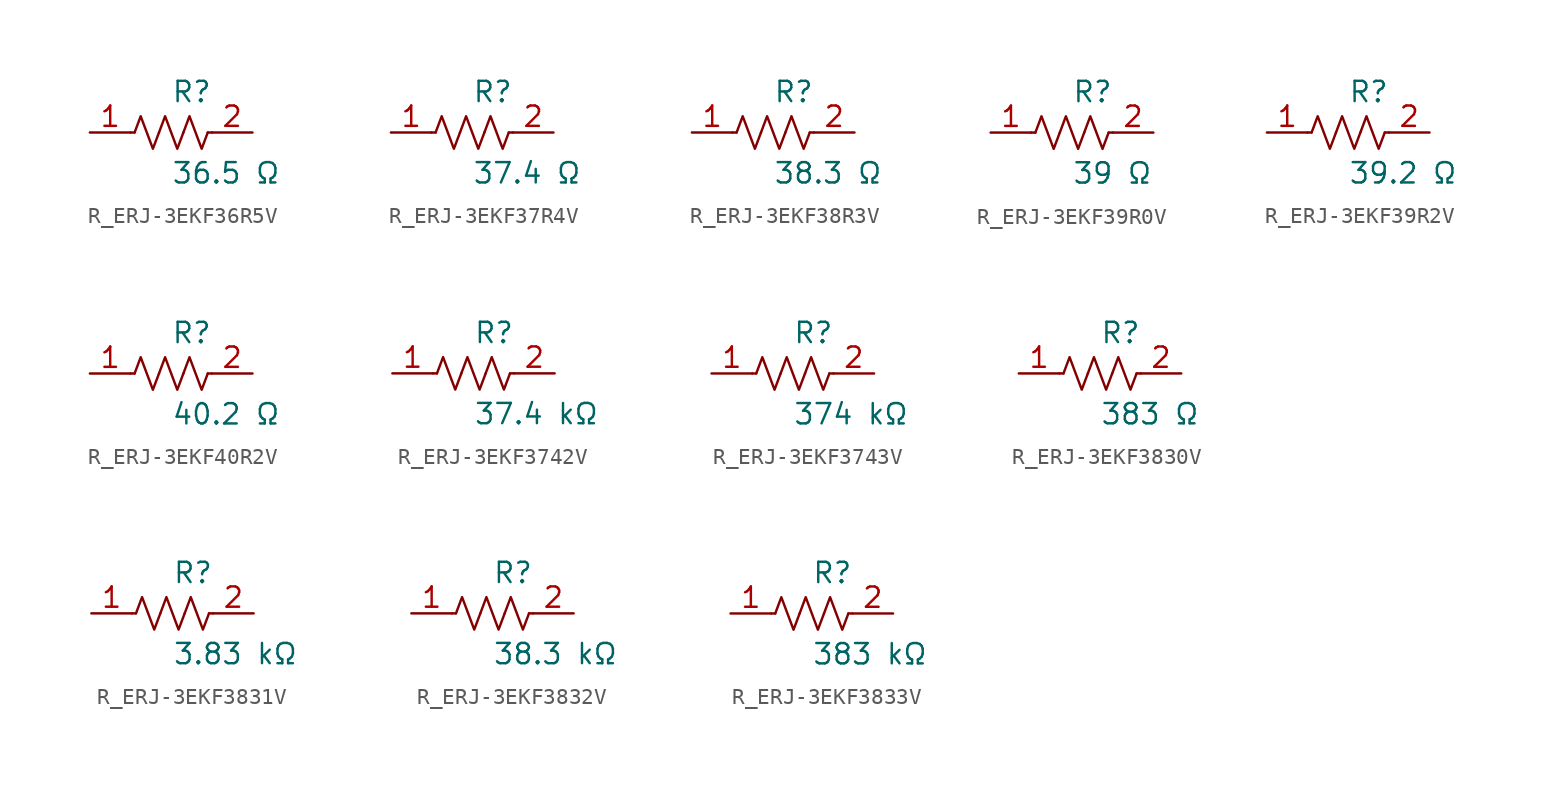
<source format=kicad_sym>
(kicad_symbol_lib
  (version 20231120)
  (generator kicad_symbol_editor)
  (generator_version 8.0)
  (symbol "R_ERJ-3EKF36R5V"
    (pin_names
      (offset 0.254))
    (property "Reference" "R"
      (at 0.0 2.54 0)
      (effects (font (size 1.27 1.27)) (justify left)))
    (property "Value" "36.5 Ω"
      (at 0.0 -2.54 0)
      (effects (font (size 1.27 1.27)) (justify left)))
    (symbol "R_ERJ-3EKF36R5V_0_1"
      (polyline (pts (xy 2.286 0) (xy 2.54 0)) (stroke (width 0) (type default)) (fill (type none)))
      (polyline (pts (xy -2.286 0) (xy -2.54 0)) (stroke (width 0) (type default)) (fill (type none)))
      (polyline (pts (xy 0.762 0) (xy 1.143 1.016) (xy 1.524 0) (xy 1.905 -1.016) (xy 2.286 0)) (stroke (width 0) (type default)) (fill (type none)))
      (polyline (pts (xy -0.762 0) (xy -0.381 1.016) (xy 0 0) (xy 0.381 -1.016) (xy 0.762 0)) (stroke (width 0) (type default)) (fill (type none)))
      (polyline (pts (xy -2.286 0) (xy -1.905 1.016) (xy -1.524 0) (xy -1.143 -1.016) (xy -0.762 0)) (stroke (width 0) (type default)) (fill (type none))))
    (pin unspecified line
      (at -5.08 0 0)
      (length 2.54)
      (name "" (effects (font (size 1.27 1.27))))
      (number "1" (effects (font (size 1.27 1.27)))))
    (pin unspecified line
      (at 5.08 0 180)
      (length 2.54)
      (name "" (effects (font (size 1.27 1.27))))
      (number "2" (effects (font (size 1.27 1.27))))))
  (symbol "R_ERJ-3EKF37R4V"
    (pin_names
      (offset 0.254))
    (property "Reference" "R"
      (at 0.0 2.54 0)
      (effects (font (size 1.27 1.27)) (justify left)))
    (property "Value" "37.4 Ω"
      (at 0.0 -2.54 0)
      (effects (font (size 1.27 1.27)) (justify left)))
    (symbol "R_ERJ-3EKF37R4V_0_1"
      (polyline (pts (xy 2.286 0) (xy 2.54 0)) (stroke (width 0) (type default)) (fill (type none)))
      (polyline (pts (xy -2.286 0) (xy -2.54 0)) (stroke (width 0) (type default)) (fill (type none)))
      (polyline (pts (xy 0.762 0) (xy 1.143 1.016) (xy 1.524 0) (xy 1.905 -1.016) (xy 2.286 0)) (stroke (width 0) (type default)) (fill (type none)))
      (polyline (pts (xy -0.762 0) (xy -0.381 1.016) (xy 0 0) (xy 0.381 -1.016) (xy 0.762 0)) (stroke (width 0) (type default)) (fill (type none)))
      (polyline (pts (xy -2.286 0) (xy -1.905 1.016) (xy -1.524 0) (xy -1.143 -1.016) (xy -0.762 0)) (stroke (width 0) (type default)) (fill (type none))))
    (pin unspecified line
      (at -5.08 0 0)
      (length 2.54)
      (name "" (effects (font (size 1.27 1.27))))
      (number "1" (effects (font (size 1.27 1.27)))))
    (pin unspecified line
      (at 5.08 0 180)
      (length 2.54)
      (name "" (effects (font (size 1.27 1.27))))
      (number "2" (effects (font (size 1.27 1.27))))))
  (symbol "R_ERJ-3EKF38R3V"
    (pin_names
      (offset 0.254))
    (property "Reference" "R"
      (at 0.0 2.54 0)
      (effects (font (size 1.27 1.27)) (justify left)))
    (property "Value" "38.3 Ω"
      (at 0.0 -2.54 0)
      (effects (font (size 1.27 1.27)) (justify left)))
    (symbol "R_ERJ-3EKF38R3V_0_1"
      (polyline (pts (xy 2.286 0) (xy 2.54 0)) (stroke (width 0) (type default)) (fill (type none)))
      (polyline (pts (xy -2.286 0) (xy -2.54 0)) (stroke (width 0) (type default)) (fill (type none)))
      (polyline (pts (xy 0.762 0) (xy 1.143 1.016) (xy 1.524 0) (xy 1.905 -1.016) (xy 2.286 0)) (stroke (width 0) (type default)) (fill (type none)))
      (polyline (pts (xy -0.762 0) (xy -0.381 1.016) (xy 0 0) (xy 0.381 -1.016) (xy 0.762 0)) (stroke (width 0) (type default)) (fill (type none)))
      (polyline (pts (xy -2.286 0) (xy -1.905 1.016) (xy -1.524 0) (xy -1.143 -1.016) (xy -0.762 0)) (stroke (width 0) (type default)) (fill (type none))))
    (pin unspecified line
      (at -5.08 0 0)
      (length 2.54)
      (name "" (effects (font (size 1.27 1.27))))
      (number "1" (effects (font (size 1.27 1.27)))))
    (pin unspecified line
      (at 5.08 0 180)
      (length 2.54)
      (name "" (effects (font (size 1.27 1.27))))
      (number "2" (effects (font (size 1.27 1.27))))))
  (symbol "R_ERJ-3EKF39R0V"
    (pin_names
      (offset 0.254))
    (property "Reference" "R"
      (at 0.0 2.54 0)
      (effects (font (size 1.27 1.27)) (justify left)))
    (property "Value" "39 Ω"
      (at 0.0 -2.54 0)
      (effects (font (size 1.27 1.27)) (justify left)))
    (symbol "R_ERJ-3EKF39R0V_0_1"
      (polyline (pts (xy 2.286 0) (xy 2.54 0)) (stroke (width 0) (type default)) (fill (type none)))
      (polyline (pts (xy -2.286 0) (xy -2.54 0)) (stroke (width 0) (type default)) (fill (type none)))
      (polyline (pts (xy 0.762 0) (xy 1.143 1.016) (xy 1.524 0) (xy 1.905 -1.016) (xy 2.286 0)) (stroke (width 0) (type default)) (fill (type none)))
      (polyline (pts (xy -0.762 0) (xy -0.381 1.016) (xy 0 0) (xy 0.381 -1.016) (xy 0.762 0)) (stroke (width 0) (type default)) (fill (type none)))
      (polyline (pts (xy -2.286 0) (xy -1.905 1.016) (xy -1.524 0) (xy -1.143 -1.016) (xy -0.762 0)) (stroke (width 0) (type default)) (fill (type none))))
    (pin unspecified line
      (at -5.08 0 0)
      (length 2.54)
      (name "" (effects (font (size 1.27 1.27))))
      (number "1" (effects (font (size 1.27 1.27)))))
    (pin unspecified line
      (at 5.08 0 180)
      (length 2.54)
      (name "" (effects (font (size 1.27 1.27))))
      (number "2" (effects (font (size 1.27 1.27))))))
  (symbol "R_ERJ-3EKF39R2V"
    (pin_names
      (offset 0.254))
    (property "Reference" "R"
      (at 0.0 2.54 0)
      (effects (font (size 1.27 1.27)) (justify left)))
    (property "Value" "39.2 Ω"
      (at 0.0 -2.54 0)
      (effects (font (size 1.27 1.27)) (justify left)))
    (symbol "R_ERJ-3EKF39R2V_0_1"
      (polyline (pts (xy 2.286 0) (xy 2.54 0)) (stroke (width 0) (type default)) (fill (type none)))
      (polyline (pts (xy -2.286 0) (xy -2.54 0)) (stroke (width 0) (type default)) (fill (type none)))
      (polyline (pts (xy 0.762 0) (xy 1.143 1.016) (xy 1.524 0) (xy 1.905 -1.016) (xy 2.286 0)) (stroke (width 0) (type default)) (fill (type none)))
      (polyline (pts (xy -0.762 0) (xy -0.381 1.016) (xy 0 0) (xy 0.381 -1.016) (xy 0.762 0)) (stroke (width 0) (type default)) (fill (type none)))
      (polyline (pts (xy -2.286 0) (xy -1.905 1.016) (xy -1.524 0) (xy -1.143 -1.016) (xy -0.762 0)) (stroke (width 0) (type default)) (fill (type none))))
    (pin unspecified line
      (at -5.08 0 0)
      (length 2.54)
      (name "" (effects (font (size 1.27 1.27))))
      (number "1" (effects (font (size 1.27 1.27)))))
    (pin unspecified line
      (at 5.08 0 180)
      (length 2.54)
      (name "" (effects (font (size 1.27 1.27))))
      (number "2" (effects (font (size 1.27 1.27))))))
  (symbol "R_ERJ-3EKF40R2V"
    (pin_names
      (offset 0.254))
    (property "Reference" "R"
      (at 0.0 2.54 0)
      (effects (font (size 1.27 1.27)) (justify left)))
    (property "Value" "40.2 Ω"
      (at 0.0 -2.54 0)
      (effects (font (size 1.27 1.27)) (justify left)))
    (symbol "R_ERJ-3EKF40R2V_0_1"
      (polyline (pts (xy 2.286 0) (xy 2.54 0)) (stroke (width 0) (type default)) (fill (type none)))
      (polyline (pts (xy -2.286 0) (xy -2.54 0)) (stroke (width 0) (type default)) (fill (type none)))
      (polyline (pts (xy 0.762 0) (xy 1.143 1.016) (xy 1.524 0) (xy 1.905 -1.016) (xy 2.286 0)) (stroke (width 0) (type default)) (fill (type none)))
      (polyline (pts (xy -0.762 0) (xy -0.381 1.016) (xy 0 0) (xy 0.381 -1.016) (xy 0.762 0)) (stroke (width 0) (type default)) (fill (type none)))
      (polyline (pts (xy -2.286 0) (xy -1.905 1.016) (xy -1.524 0) (xy -1.143 -1.016) (xy -0.762 0)) (stroke (width 0) (type default)) (fill (type none))))
    (pin unspecified line
      (at -5.08 0 0)
      (length 2.54)
      (name "" (effects (font (size 1.27 1.27))))
      (number "1" (effects (font (size 1.27 1.27)))))
    (pin unspecified line
      (at 5.08 0 180)
      (length 2.54)
      (name "" (effects (font (size 1.27 1.27))))
      (number "2" (effects (font (size 1.27 1.27))))))
  (symbol "R_ERJ-3EKF3742V"
    (pin_names
      (offset 0.254))
    (property "Reference" "R"
      (at 0.0 2.54 0)
      (effects (font (size 1.27 1.27)) (justify left)))
    (property "Value" "37.4 kΩ"
      (at 0.0 -2.54 0)
      (effects (font (size 1.27 1.27)) (justify left)))
    (symbol "R_ERJ-3EKF3742V_0_1"
      (polyline (pts (xy 2.286 0) (xy 2.54 0)) (stroke (width 0) (type default)) (fill (type none)))
      (polyline (pts (xy -2.286 0) (xy -2.54 0)) (stroke (width 0) (type default)) (fill (type none)))
      (polyline (pts (xy 0.762 0) (xy 1.143 1.016) (xy 1.524 0) (xy 1.905 -1.016) (xy 2.286 0)) (stroke (width 0) (type default)) (fill (type none)))
      (polyline (pts (xy -0.762 0) (xy -0.381 1.016) (xy 0 0) (xy 0.381 -1.016) (xy 0.762 0)) (stroke (width 0) (type default)) (fill (type none)))
      (polyline (pts (xy -2.286 0) (xy -1.905 1.016) (xy -1.524 0) (xy -1.143 -1.016) (xy -0.762 0)) (stroke (width 0) (type default)) (fill (type none))))
    (pin unspecified line
      (at -5.08 0 0)
      (length 2.54)
      (name "" (effects (font (size 1.27 1.27))))
      (number "1" (effects (font (size 1.27 1.27)))))
    (pin unspecified line
      (at 5.08 0 180)
      (length 2.54)
      (name "" (effects (font (size 1.27 1.27))))
      (number "2" (effects (font (size 1.27 1.27))))))
  (symbol "R_ERJ-3EKF3743V"
    (pin_names
      (offset 0.254))
    (property "Reference" "R"
      (at 0.0 2.54 0)
      (effects (font (size 1.27 1.27)) (justify left)))
    (property "Value" "374 kΩ"
      (at 0.0 -2.54 0)
      (effects (font (size 1.27 1.27)) (justify left)))
    (symbol "R_ERJ-3EKF3743V_0_1"
      (polyline (pts (xy 2.286 0) (xy 2.54 0)) (stroke (width 0) (type default)) (fill (type none)))
      (polyline (pts (xy -2.286 0) (xy -2.54 0)) (stroke (width 0) (type default)) (fill (type none)))
      (polyline (pts (xy 0.762 0) (xy 1.143 1.016) (xy 1.524 0) (xy 1.905 -1.016) (xy 2.286 0)) (stroke (width 0) (type default)) (fill (type none)))
      (polyline (pts (xy -0.762 0) (xy -0.381 1.016) (xy 0 0) (xy 0.381 -1.016) (xy 0.762 0)) (stroke (width 0) (type default)) (fill (type none)))
      (polyline (pts (xy -2.286 0) (xy -1.905 1.016) (xy -1.524 0) (xy -1.143 -1.016) (xy -0.762 0)) (stroke (width 0) (type default)) (fill (type none))))
    (pin unspecified line
      (at -5.08 0 0)
      (length 2.54)
      (name "" (effects (font (size 1.27 1.27))))
      (number "1" (effects (font (size 1.27 1.27)))))
    (pin unspecified line
      (at 5.08 0 180)
      (length 2.54)
      (name "" (effects (font (size 1.27 1.27))))
      (number "2" (effects (font (size 1.27 1.27))))))
  (symbol "R_ERJ-3EKF3830V"
    (pin_names
      (offset 0.254))
    (property "Reference" "R"
      (at 0.0 2.54 0)
      (effects (font (size 1.27 1.27)) (justify left)))
    (property "Value" "383 Ω"
      (at 0.0 -2.54 0)
      (effects (font (size 1.27 1.27)) (justify left)))
    (symbol "R_ERJ-3EKF3830V_0_1"
      (polyline (pts (xy 2.286 0) (xy 2.54 0)) (stroke (width 0) (type default)) (fill (type none)))
      (polyline (pts (xy -2.286 0) (xy -2.54 0)) (stroke (width 0) (type default)) (fill (type none)))
      (polyline (pts (xy 0.762 0) (xy 1.143 1.016) (xy 1.524 0) (xy 1.905 -1.016) (xy 2.286 0)) (stroke (width 0) (type default)) (fill (type none)))
      (polyline (pts (xy -0.762 0) (xy -0.381 1.016) (xy 0 0) (xy 0.381 -1.016) (xy 0.762 0)) (stroke (width 0) (type default)) (fill (type none)))
      (polyline (pts (xy -2.286 0) (xy -1.905 1.016) (xy -1.524 0) (xy -1.143 -1.016) (xy -0.762 0)) (stroke (width 0) (type default)) (fill (type none))))
    (pin unspecified line
      (at -5.08 0 0)
      (length 2.54)
      (name "" (effects (font (size 1.27 1.27))))
      (number "1" (effects (font (size 1.27 1.27)))))
    (pin unspecified line
      (at 5.08 0 180)
      (length 2.54)
      (name "" (effects (font (size 1.27 1.27))))
      (number "2" (effects (font (size 1.27 1.27))))))
  (symbol "R_ERJ-3EKF3831V"
    (pin_names
      (offset 0.254))
    (property "Reference" "R"
      (at 0.0 2.54 0)
      (effects (font (size 1.27 1.27)) (justify left)))
    (property "Value" "3.83 kΩ"
      (at 0.0 -2.54 0)
      (effects (font (size 1.27 1.27)) (justify left)))
    (symbol "R_ERJ-3EKF3831V_0_1"
      (polyline (pts (xy 2.286 0) (xy 2.54 0)) (stroke (width 0) (type default)) (fill (type none)))
      (polyline (pts (xy -2.286 0) (xy -2.54 0)) (stroke (width 0) (type default)) (fill (type none)))
      (polyline (pts (xy 0.762 0) (xy 1.143 1.016) (xy 1.524 0) (xy 1.905 -1.016) (xy 2.286 0)) (stroke (width 0) (type default)) (fill (type none)))
      (polyline (pts (xy -0.762 0) (xy -0.381 1.016) (xy 0 0) (xy 0.381 -1.016) (xy 0.762 0)) (stroke (width 0) (type default)) (fill (type none)))
      (polyline (pts (xy -2.286 0) (xy -1.905 1.016) (xy -1.524 0) (xy -1.143 -1.016) (xy -0.762 0)) (stroke (width 0) (type default)) (fill (type none))))
    (pin unspecified line
      (at -5.08 0 0)
      (length 2.54)
      (name "" (effects (font (size 1.27 1.27))))
      (number "1" (effects (font (size 1.27 1.27)))))
    (pin unspecified line
      (at 5.08 0 180)
      (length 2.54)
      (name "" (effects (font (size 1.27 1.27))))
      (number "2" (effects (font (size 1.27 1.27))))))
  (symbol "R_ERJ-3EKF3832V"
    (pin_names
      (offset 0.254))
    (property "Reference" "R"
      (at 0.0 2.54 0)
      (effects (font (size 1.27 1.27)) (justify left)))
    (property "Value" "38.3 kΩ"
      (at 0.0 -2.54 0)
      (effects (font (size 1.27 1.27)) (justify left)))
    (symbol "R_ERJ-3EKF3832V_0_1"
      (polyline (pts (xy 2.286 0) (xy 2.54 0)) (stroke (width 0) (type default)) (fill (type none)))
      (polyline (pts (xy -2.286 0) (xy -2.54 0)) (stroke (width 0) (type default)) (fill (type none)))
      (polyline (pts (xy 0.762 0) (xy 1.143 1.016) (xy 1.524 0) (xy 1.905 -1.016) (xy 2.286 0)) (stroke (width 0) (type default)) (fill (type none)))
      (polyline (pts (xy -0.762 0) (xy -0.381 1.016) (xy 0 0) (xy 0.381 -1.016) (xy 0.762 0)) (stroke (width 0) (type default)) (fill (type none)))
      (polyline (pts (xy -2.286 0) (xy -1.905 1.016) (xy -1.524 0) (xy -1.143 -1.016) (xy -0.762 0)) (stroke (width 0) (type default)) (fill (type none))))
    (pin unspecified line
      (at -5.08 0 0)
      (length 2.54)
      (name "" (effects (font (size 1.27 1.27))))
      (number "1" (effects (font (size 1.27 1.27)))))
    (pin unspecified line
      (at 5.08 0 180)
      (length 2.54)
      (name "" (effects (font (size 1.27 1.27))))
      (number "2" (effects (font (size 1.27 1.27))))))
  (symbol "R_ERJ-3EKF3833V"
    (pin_names
      (offset 0.254))
    (property "Reference" "R"
      (at 0.0 2.54 0)
      (effects (font (size 1.27 1.27)) (justify left)))
    (property "Value" "383 kΩ"
      (at 0.0 -2.54 0)
      (effects (font (size 1.27 1.27)) (justify left)))
    (symbol "R_ERJ-3EKF3833V_0_1"
      (polyline (pts (xy 2.286 0) (xy 2.54 0)) (stroke (width 0) (type default)) (fill (type none)))
      (polyline (pts (xy -2.286 0) (xy -2.54 0)) (stroke (width 0) (type default)) (fill (type none)))
      (polyline (pts (xy 0.762 0) (xy 1.143 1.016) (xy 1.524 0) (xy 1.905 -1.016) (xy 2.286 0)) (stroke (width 0) (type default)) (fill (type none)))
      (polyline (pts (xy -0.762 0) (xy -0.381 1.016) (xy 0 0) (xy 0.381 -1.016) (xy 0.762 0)) (stroke (width 0) (type default)) (fill (type none)))
      (polyline (pts (xy -2.286 0) (xy -1.905 1.016) (xy -1.524 0) (xy -1.143 -1.016) (xy -0.762 0)) (stroke (width 0) (type default)) (fill (type none))))
    (pin unspecified line
      (at -5.08 0 0)
      (length 2.54)
      (name "" (effects (font (size 1.27 1.27))))
      (number "1" (effects (font (size 1.27 1.27)))))
    (pin unspecified line
      (at 5.08 0 180)
      (length 2.54)
      (name "" (effects (font (size 1.27 1.27))))
      (number "2" (effects (font (size 1.27 1.27)))))))
</source>
